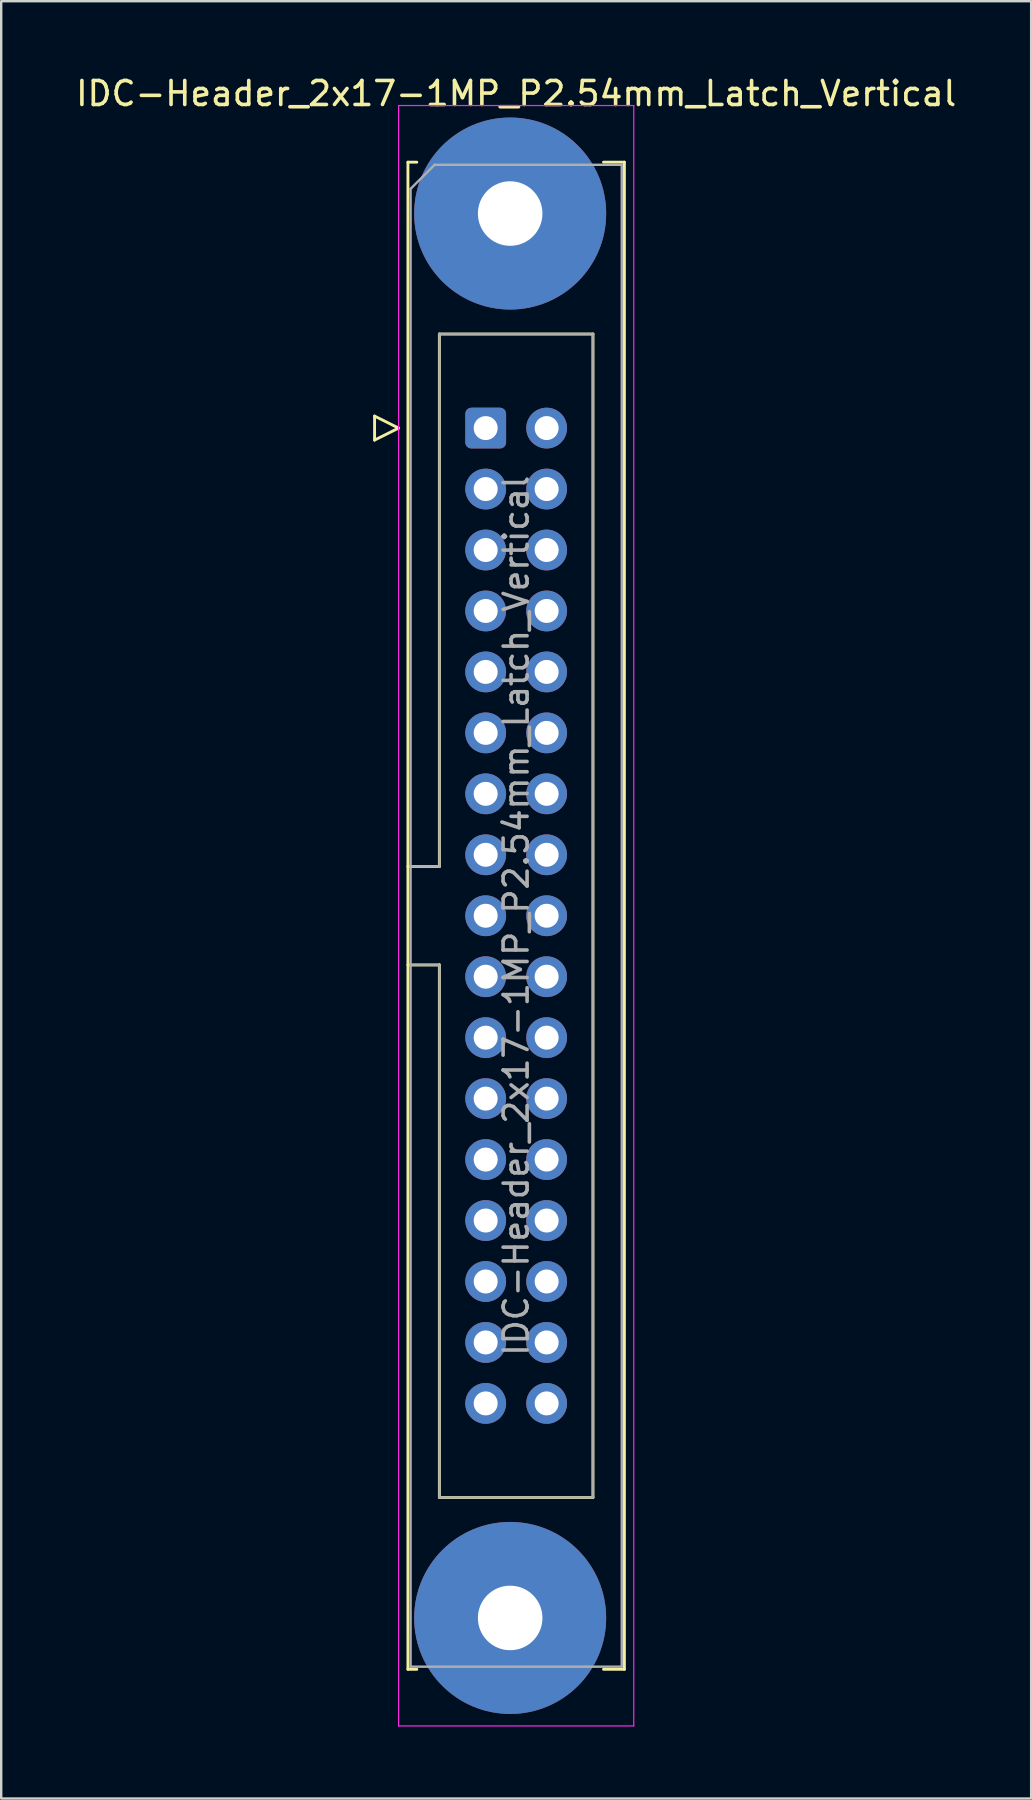
<source format=kicad_pcb>
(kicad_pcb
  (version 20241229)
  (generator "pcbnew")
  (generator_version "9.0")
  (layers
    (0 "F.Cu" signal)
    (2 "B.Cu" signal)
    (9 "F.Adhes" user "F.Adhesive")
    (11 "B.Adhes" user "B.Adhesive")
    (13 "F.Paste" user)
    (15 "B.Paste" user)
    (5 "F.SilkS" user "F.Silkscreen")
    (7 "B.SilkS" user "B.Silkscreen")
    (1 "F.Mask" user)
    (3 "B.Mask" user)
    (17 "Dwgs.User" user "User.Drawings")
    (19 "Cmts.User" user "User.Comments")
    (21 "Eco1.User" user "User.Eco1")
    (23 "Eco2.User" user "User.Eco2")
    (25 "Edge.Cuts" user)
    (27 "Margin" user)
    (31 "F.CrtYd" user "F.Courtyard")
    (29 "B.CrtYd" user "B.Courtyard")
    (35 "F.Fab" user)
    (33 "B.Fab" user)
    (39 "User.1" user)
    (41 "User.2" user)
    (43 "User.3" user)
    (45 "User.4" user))
  (footprint "IDC-Header_2x17-1MP_P2.54mm_Latch_Vertical"
    (layer "F.Cu")
    (at 17.188 14.788)
    (property "Reference" "IDC-Header_2x17-1MP_P2.54mm_Latch_Vertical" (at 1.27 -13.94 0) (layer "F.SilkS") (effects (font (size 1 1) (thickness 0.15))))
    (attr through_hole)
    (fp_line (start -4.63 -0.5) (end -4.63 0.5) (stroke (width 0.12) (type solid)) (layer "F.SilkS"))
    (fp_line (start -4.63 0.5) (end -3.63 0) (stroke (width 0.12) (type solid)) (layer "F.SilkS"))
    (fp_line (start -3.63 0) (end -4.63 -0.5) (stroke (width 0.12) (type solid)) (layer "F.SilkS"))
    (fp_line (start -3.24 -11.08) (end -3.24 51.72) (stroke (width 0.12) (type solid)) (layer "F.SilkS"))
    (fp_line (start -3.24 18.27) (end -1.93 18.27) (stroke (width 0.12) (type solid)) (layer "F.SilkS"))
    (fp_line (start -3.24 51.72) (end -2.87 51.72) (stroke (width 0.12) (type solid)) (layer "F.SilkS"))
    (fp_line (start -2.87 -11.08) (end -3.24 -11.08) (stroke (width 0.12) (type solid)) (layer "F.SilkS"))
    (fp_line (start -1.93 -3.92) (end 4.47 -3.92) (stroke (width 0.12) (type solid)) (layer "F.SilkS"))
    (fp_line (start -1.93 18.27) (end -1.93 -3.92) (stroke (width 0.12) (type solid)) (layer "F.SilkS"))
    (fp_line (start -1.93 22.37) (end -3.24 22.37) (stroke (width 0.12) (type solid)) (layer "F.SilkS"))
    (fp_line (start -1.93 22.37) (end -1.93 22.37) (stroke (width 0.12) (type solid)) (layer "F.SilkS"))
    (fp_line (start -1.93 44.56) (end -1.93 22.37) (stroke (width 0.12) (type solid)) (layer "F.SilkS"))
    (fp_line (start 4.47 -3.92) (end 4.47 44.56) (stroke (width 0.12) (type solid)) (layer "F.SilkS"))
    (fp_line (start 4.47 44.56) (end -1.93 44.56) (stroke (width 0.12) (type solid)) (layer "F.SilkS"))
    (fp_line (start 4.91 -11.08) (end 5.78 -11.08) (stroke (width 0.12) (type solid)) (layer "F.SilkS"))
    (fp_line (start 5.78 -11.08) (end 5.78 51.72) (stroke (width 0.12) (type solid)) (layer "F.SilkS"))
    (fp_line (start 5.78 51.72) (end 4.91 51.72) (stroke (width 0.12) (type solid)) (layer "F.SilkS"))
    (fp_line (start -3.63 -13.44) (end -3.63 54.08) (stroke (width 0.05) (type solid)) (layer "F.CrtYd"))
    (fp_line (start -3.63 54.08) (end 6.17 54.08) (stroke (width 0.05) (type solid)) (layer "F.CrtYd"))
    (fp_line (start 6.17 -13.44) (end -3.63 -13.44) (stroke (width 0.05) (type solid)) (layer "F.CrtYd"))
    (fp_line (start 6.17 54.08) (end 6.17 -13.44) (stroke (width 0.05) (type solid)) (layer "F.CrtYd"))
    (fp_line (start -3.13 -9.97) (end -2.13 -10.97) (stroke (width 0.1) (type solid)) (layer "F.Fab"))
    (fp_line (start -3.13 18.27) (end -1.93 18.27) (stroke (width 0.1) (type solid)) (layer "F.Fab"))
    (fp_line (start -3.13 51.61) (end -3.13 -9.97) (stroke (width 0.1) (type solid)) (layer "F.Fab"))
    (fp_line (start -2.13 -10.97) (end 5.67 -10.97) (stroke (width 0.1) (type solid)) (layer "F.Fab"))
    (fp_line (start -1.93 -3.92) (end 4.47 -3.92) (stroke (width 0.1) (type solid)) (layer "F.Fab"))
    (fp_line (start -1.93 18.27) (end -1.93 -3.92) (stroke (width 0.1) (type solid)) (layer "F.Fab"))
    (fp_line (start -1.93 22.37) (end -3.13 22.37) (stroke (width 0.1) (type solid)) (layer "F.Fab"))
    (fp_line (start -1.93 22.37) (end -1.93 22.37) (stroke (width 0.1) (type solid)) (layer "F.Fab"))
    (fp_line (start -1.93 44.56) (end -1.93 22.37) (stroke (width 0.1) (type solid)) (layer "F.Fab"))
    (fp_line (start 4.47 -3.92) (end 4.47 44.56) (stroke (width 0.1) (type solid)) (layer "F.Fab"))
    (fp_line (start 4.47 44.56) (end -1.93 44.56) (stroke (width 0.1) (type solid)) (layer "F.Fab"))
    (fp_line (start 5.67 -10.97) (end 5.67 51.61) (stroke (width 0.1) (type solid)) (layer "F.Fab"))
    (fp_line (start 5.67 51.61) (end -3.13 51.61) (stroke (width 0.1) (type solid)) (layer "F.Fab"))
    (fp_text user "${REFERENCE}" (at 1.27 20.32 90) (layer "F.Fab") (effects (font (size 1 1) (thickness 0.15))))
    (pad "1" thru_hole roundrect (at 0 0) (size 1.7 1.7) (drill 1) (layers "*.Cu" "*.Mask") (roundrect_rratio 0.147))
    (pad "2" thru_hole circle (at 2.54 0) (size 1.7 1.7) (drill 1) (layers "*.Cu" "*.Mask"))
    (pad "3" thru_hole circle (at 0 2.54) (size 1.7 1.7) (drill 1) (layers "*.Cu" "*.Mask"))
    (pad "4" thru_hole circle (at 2.54 2.54) (size 1.7 1.7) (drill 1) (layers "*.Cu" "*.Mask"))
    (pad "5" thru_hole circle (at 0 5.08) (size 1.7 1.7) (drill 1) (layers "*.Cu" "*.Mask"))
    (pad "6" thru_hole circle (at 2.54 5.08) (size 1.7 1.7) (drill 1) (layers "*.Cu" "*.Mask"))
    (pad "7" thru_hole circle (at 0 7.62) (size 1.7 1.7) (drill 1) (layers "*.Cu" "*.Mask"))
    (pad "8" thru_hole circle (at 2.54 7.62) (size 1.7 1.7) (drill 1) (layers "*.Cu" "*.Mask"))
    (pad "9" thru_hole circle (at 0 10.16) (size 1.7 1.7) (drill 1) (layers "*.Cu" "*.Mask"))
    (pad "10" thru_hole circle (at 2.54 10.16) (size 1.7 1.7) (drill 1) (layers "*.Cu" "*.Mask"))
    (pad "11" thru_hole circle (at 0 12.7) (size 1.7 1.7) (drill 1) (layers "*.Cu" "*.Mask"))
    (pad "12" thru_hole circle (at 2.54 12.7) (size 1.7 1.7) (drill 1) (layers "*.Cu" "*.Mask"))
    (pad "13" thru_hole circle (at 0 15.24) (size 1.7 1.7) (drill 1) (layers "*.Cu" "*.Mask"))
    (pad "14" thru_hole circle (at 2.54 15.24) (size 1.7 1.7) (drill 1) (layers "*.Cu" "*.Mask"))
    (pad "15" thru_hole circle (at 0 17.78) (size 1.7 1.7) (drill 1) (layers "*.Cu" "*.Mask"))
    (pad "16" thru_hole circle (at 2.54 17.78) (size 1.7 1.7) (drill 1) (layers "*.Cu" "*.Mask"))
    (pad "17" thru_hole circle (at 0 20.32) (size 1.7 1.7) (drill 1) (layers "*.Cu" "*.Mask"))
    (pad "18" thru_hole circle (at 2.54 20.32) (size 1.7 1.7) (drill 1) (layers "*.Cu" "*.Mask"))
    (pad "19" thru_hole circle (at 0 22.86) (size 1.7 1.7) (drill 1) (layers "*.Cu" "*.Mask"))
    (pad "20" thru_hole circle (at 2.54 22.86) (size 1.7 1.7) (drill 1) (layers "*.Cu" "*.Mask"))
    (pad "21" thru_hole circle (at 0 25.4) (size 1.7 1.7) (drill 1) (layers "*.Cu" "*.Mask"))
    (pad "22" thru_hole circle (at 2.54 25.4) (size 1.7 1.7) (drill 1) (layers "*.Cu" "*.Mask"))
    (pad "23" thru_hole circle (at 0 27.94) (size 1.7 1.7) (drill 1) (layers "*.Cu" "*.Mask"))
    (pad "24" thru_hole circle (at 2.54 27.94) (size 1.7 1.7) (drill 1) (layers "*.Cu" "*.Mask"))
    (pad "25" thru_hole circle (at 0 30.48) (size 1.7 1.7) (drill 1) (layers "*.Cu" "*.Mask"))
    (pad "26" thru_hole circle (at 2.54 30.48) (size 1.7 1.7) (drill 1) (layers "*.Cu" "*.Mask"))
    (pad "27" thru_hole circle (at 0 33.02) (size 1.7 1.7) (drill 1) (layers "*.Cu" "*.Mask"))
    (pad "28" thru_hole circle (at 2.54 33.02) (size 1.7 1.7) (drill 1) (layers "*.Cu" "*.Mask"))
    (pad "29" thru_hole circle (at 0 35.56) (size 1.7 1.7) (drill 1) (layers "*.Cu" "*.Mask"))
    (pad "30" thru_hole circle (at 2.54 35.56) (size 1.7 1.7) (drill 1) (layers "*.Cu" "*.Mask"))
    (pad "31" thru_hole circle (at 0 38.1) (size 1.7 1.7) (drill 1) (layers "*.Cu" "*.Mask"))
    (pad "32" thru_hole circle (at 2.54 38.1) (size 1.7 1.7) (drill 1) (layers "*.Cu" "*.Mask"))
    (pad "33" thru_hole circle (at 0 40.64) (size 1.7 1.7) (drill 1) (layers "*.Cu" "*.Mask"))
    (pad "34" thru_hole circle (at 2.54 40.64) (size 1.7 1.7) (drill 1) (layers "*.Cu" "*.Mask"))
    (pad "MP" thru_hole circle (at 1.02 -8.94) (size 8 8) (drill 2.69) (layers "*.Cu" "*.Mask"))
    (pad "MP" thru_hole circle (at 1.02 49.58) (size 8 8) (drill 2.69) (layers "*.Cu" "*.Mask")))
  (gr_rect
    (start -3 -3)
    (end 39.917 71.893)
    (stroke (width 0.1) (type default))
    (fill no)
    (layer "Edge.Cuts")))
</source>
